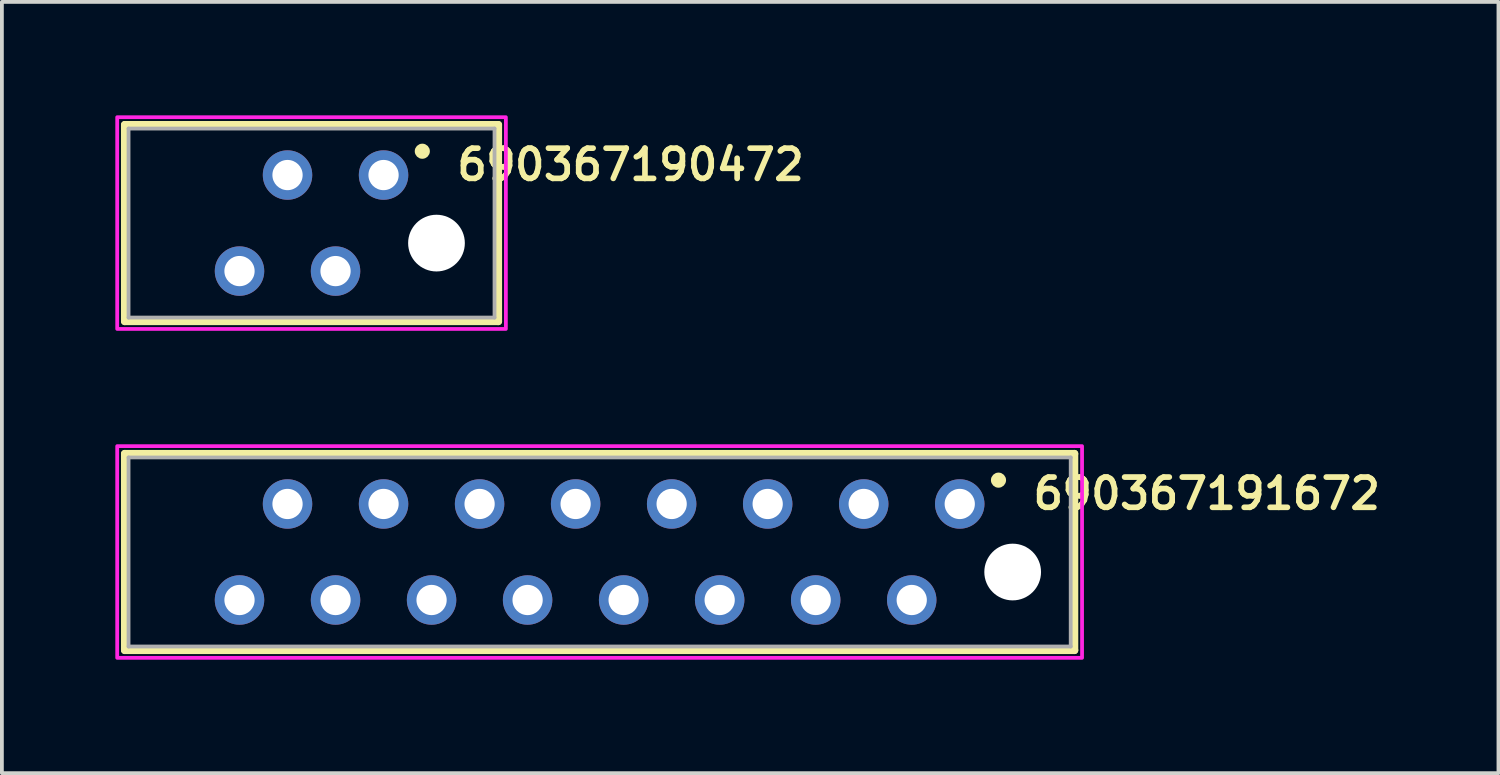
<source format=kicad_pcb>
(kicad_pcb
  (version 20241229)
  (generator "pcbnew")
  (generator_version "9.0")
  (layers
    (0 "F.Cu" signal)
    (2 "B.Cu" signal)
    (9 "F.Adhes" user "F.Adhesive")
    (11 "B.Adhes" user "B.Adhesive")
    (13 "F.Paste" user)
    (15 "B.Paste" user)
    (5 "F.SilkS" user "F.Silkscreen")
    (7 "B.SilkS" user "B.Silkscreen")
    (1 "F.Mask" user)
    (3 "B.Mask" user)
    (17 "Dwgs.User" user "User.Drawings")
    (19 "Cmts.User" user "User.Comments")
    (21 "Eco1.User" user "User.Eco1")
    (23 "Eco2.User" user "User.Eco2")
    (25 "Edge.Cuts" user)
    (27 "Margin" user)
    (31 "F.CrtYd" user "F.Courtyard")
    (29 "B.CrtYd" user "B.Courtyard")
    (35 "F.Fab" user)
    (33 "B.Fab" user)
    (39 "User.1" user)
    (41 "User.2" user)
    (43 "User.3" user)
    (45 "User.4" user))
  (footprint "690367190472"
    (layer "F.Cu")
    (at 5.19 2.85)
    (property "Reference" "690367190472" (at 8.438 -1.544 0) (layer "F.SilkS") (effects (font (size 0.8 0.8) (thickness 0.15))))
    (attr through_hole)
    (fp_line (start -4.94 -2.6) (end 4.94 -2.6) (stroke (width 0.2) (type solid)) (layer "F.SilkS"))
    (fp_line (start -4.94 2.6) (end -4.94 -2.6) (stroke (width 0.2) (type solid)) (layer "F.SilkS"))
    (fp_line (start 4.94 -2.6) (end 4.94 2.6) (stroke (width 0.2) (type solid)) (layer "F.SilkS"))
    (fp_line (start 4.94 2.6) (end -4.94 2.6) (stroke (width 0.2) (type solid)) (layer "F.SilkS"))
    (fp_circle (center 2.93 -1.9) (end 3.03 -1.9) (stroke (width 0.2) (type solid)) (fill no) (layer "F.SilkS"))
    (fp_poly (pts (xy 5.14 2.8) (xy -5.14 2.8) (xy -5.14 -2.8) (xy 5.14 -2.8)) (stroke (width 0.1) (type solid)) (fill no) (layer "F.CrtYd"))
    (fp_line (start -4.84 -2.5) (end -4.84 2.5) (stroke (width 0.1) (type solid)) (layer "F.Fab"))
    (fp_line (start -4.84 2.5) (end 4.84 2.5) (stroke (width 0.1) (type solid)) (layer "F.Fab"))
    (fp_line (start 4.84 -2.5) (end -4.84 -2.5) (stroke (width 0.1) (type solid)) (layer "F.Fab"))
    (fp_line (start 4.84 2.5) (end 4.84 -2.5) (stroke (width 0.1) (type solid)) (layer "F.Fab"))
    (pad "" np_thru_hole circle (at 3.305 0.53) (size 1.5 1.5) (drill 1.5) (layers "*.Cu" "*.Mask"))
    (pad "1" thru_hole circle (at 1.905 -1.27) (size 1.308 1.308) (drill 0.8) (layers "*.Cu" "*.Mask"))
    (pad "2" thru_hole circle (at 0.635 1.27) (size 1.308 1.308) (drill 0.8) (layers "*.Cu" "*.Mask"))
    (pad "3" thru_hole circle (at -0.635 -1.27) (size 1.308 1.308) (drill 0.8) (layers "*.Cu" "*.Mask"))
    (pad "4" thru_hole circle (at -1.905 1.27) (size 1.308 1.308) (drill 0.8) (layers "*.Cu" "*.Mask")))
  (footprint "690367191672"
    (layer "F.Cu")
    (at 12.81 11.55)
    (property "Reference" "690367191672" (at 16.058 -1.544 0) (layer "F.SilkS") (effects (font (size 0.8 0.8) (thickness 0.15))))
    (attr through_hole)
    (fp_line (start -12.56 -2.6) (end 12.56 -2.6) (stroke (width 0.2) (type solid)) (layer "F.SilkS"))
    (fp_line (start -12.56 2.6) (end -12.56 -2.6) (stroke (width 0.2) (type solid)) (layer "F.SilkS"))
    (fp_line (start 12.56 -2.6) (end 12.56 2.6) (stroke (width 0.2) (type solid)) (layer "F.SilkS"))
    (fp_line (start 12.56 2.6) (end -12.56 2.6) (stroke (width 0.2) (type solid)) (layer "F.SilkS"))
    (fp_circle (center 10.55 -1.9) (end 10.65 -1.9) (stroke (width 0.2) (type solid)) (fill no) (layer "F.SilkS"))
    (fp_poly (pts (xy 12.76 2.8) (xy -12.76 2.8) (xy -12.76 -2.8) (xy 12.76 -2.8)) (stroke (width 0.1) (type solid)) (fill no) (layer "F.CrtYd"))
    (fp_line (start -12.46 -2.5) (end -12.46 2.5) (stroke (width 0.1) (type solid)) (layer "F.Fab"))
    (fp_line (start -12.46 2.5) (end 12.46 2.5) (stroke (width 0.1) (type solid)) (layer "F.Fab"))
    (fp_line (start 12.46 -2.5) (end -12.46 -2.5) (stroke (width 0.1) (type solid)) (layer "F.Fab"))
    (fp_line (start 12.46 2.5) (end 12.46 -2.5) (stroke (width 0.1) (type solid)) (layer "F.Fab"))
    (pad "" np_thru_hole circle (at 10.925 0.53) (size 1.5 1.5) (drill 1.5) (layers "*.Cu" "*.Mask"))
    (pad "1" thru_hole circle (at 9.525 -1.27) (size 1.308 1.308) (drill 0.8) (layers "*.Cu" "*.Mask"))
    (pad "2" thru_hole circle (at 8.255 1.27) (size 1.308 1.308) (drill 0.8) (layers "*.Cu" "*.Mask"))
    (pad "3" thru_hole circle (at 6.985 -1.27) (size 1.308 1.308) (drill 0.8) (layers "*.Cu" "*.Mask"))
    (pad "4" thru_hole circle (at 5.715 1.27) (size 1.308 1.308) (drill 0.8) (layers "*.Cu" "*.Mask"))
    (pad "5" thru_hole circle (at 4.445 -1.27) (size 1.308 1.308) (drill 0.8) (layers "*.Cu" "*.Mask"))
    (pad "6" thru_hole circle (at 3.175 1.27) (size 1.308 1.308) (drill 0.8) (layers "*.Cu" "*.Mask"))
    (pad "7" thru_hole circle (at 1.905 -1.27) (size 1.308 1.308) (drill 0.8) (layers "*.Cu" "*.Mask"))
    (pad "8" thru_hole circle (at 0.635 1.27) (size 1.308 1.308) (drill 0.8) (layers "*.Cu" "*.Mask"))
    (pad "9" thru_hole circle (at -0.635 -1.27) (size 1.308 1.308) (drill 0.8) (layers "*.Cu" "*.Mask"))
    (pad "10" thru_hole circle (at -1.905 1.27) (size 1.308 1.308) (drill 0.8) (layers "*.Cu" "*.Mask"))
    (pad "11" thru_hole circle (at -3.175 -1.27) (size 1.308 1.308) (drill 0.8) (layers "*.Cu" "*.Mask"))
    (pad "12" thru_hole circle (at -4.445 1.27) (size 1.308 1.308) (drill 0.8) (layers "*.Cu" "*.Mask"))
    (pad "13" thru_hole circle (at -5.715 -1.27) (size 1.308 1.308) (drill 0.8) (layers "*.Cu" "*.Mask"))
    (pad "14" thru_hole circle (at -6.985 1.27) (size 1.308 1.308) (drill 0.8) (layers "*.Cu" "*.Mask"))
    (pad "15" thru_hole circle (at -8.255 -1.27) (size 1.308 1.308) (drill 0.8) (layers "*.Cu" "*.Mask"))
    (pad "16" thru_hole circle (at -9.525 1.27) (size 1.308 1.308) (drill 0.8) (layers "*.Cu" "*.Mask")))
  (gr_rect
    (start -3 -3)
    (end 36.584 17.4)
    (stroke (width 0.1) (type default))
    (fill no)
    (layer "Edge.Cuts")))
</source>
